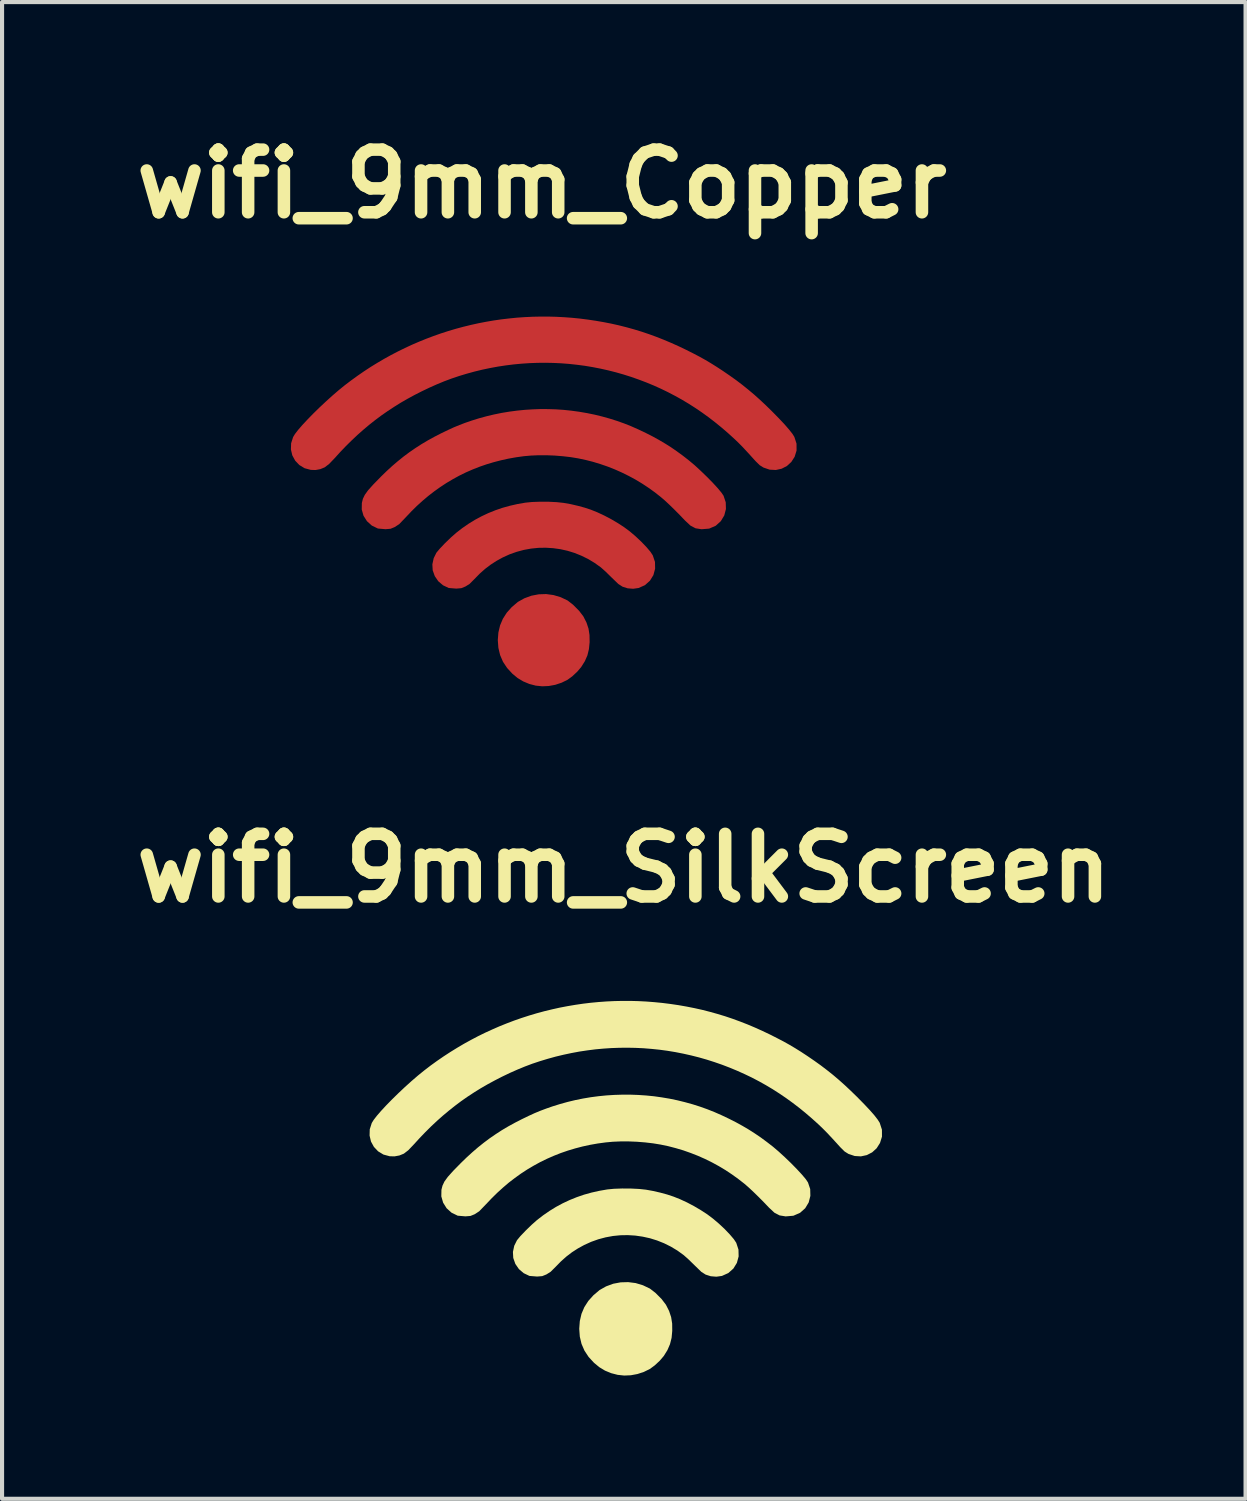
<source format=kicad_pcb>
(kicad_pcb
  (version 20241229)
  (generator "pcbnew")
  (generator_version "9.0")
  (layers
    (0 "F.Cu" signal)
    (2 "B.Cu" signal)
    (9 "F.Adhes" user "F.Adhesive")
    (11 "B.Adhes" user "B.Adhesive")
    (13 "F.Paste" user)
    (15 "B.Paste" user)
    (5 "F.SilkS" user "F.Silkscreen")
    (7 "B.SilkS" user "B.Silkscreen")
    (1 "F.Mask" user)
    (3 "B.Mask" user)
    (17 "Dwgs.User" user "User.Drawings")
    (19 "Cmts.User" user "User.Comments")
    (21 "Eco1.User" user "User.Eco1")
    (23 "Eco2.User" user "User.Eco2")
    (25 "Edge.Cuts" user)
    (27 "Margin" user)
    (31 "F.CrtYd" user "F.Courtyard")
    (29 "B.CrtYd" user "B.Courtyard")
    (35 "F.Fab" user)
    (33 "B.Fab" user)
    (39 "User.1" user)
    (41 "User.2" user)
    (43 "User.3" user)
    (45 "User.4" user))
  (footprint "wifi_9mm_Copper"
    (layer "F.Cu")
    (at 10.138 9.08)
    (property "Reference" "wifi_9mm_Copper" (at 0 -7.653 0) (layer "F.SilkS") (effects (font (size 1.524 1.524) (thickness 0.305))))
    (attr exclude_from_pos_files exclude_from_bom)
    (fp_poly (pts (xy -0.147 4.559) (xy -0.304 4.518) (xy -0.452 4.456) (xy -0.589 4.374) (xy -0.716 4.269) (xy -0.845 4.129) (xy -0.945 3.978) (xy -1.015 3.815) (xy -1.057 3.64) (xy -1.071 3.452) (xy -1.057 3.266) (xy -1.016 3.093) (xy -0.948 2.932) (xy -0.853 2.783) (xy -0.73 2.646) (xy -0.581 2.52) (xy -0.425 2.433) (xy -0.253 2.37) (xy -0.075 2.336) (xy 0.105 2.33) (xy 0.284 2.354) (xy 0.459 2.406) (xy 0.627 2.486) (xy 0.761 2.59) (xy 0.907 2.737) (xy 1.011 2.873) (xy 1.088 3.024) (xy 1.137 3.172) (xy 1.161 3.327) (xy 1.164 3.501) (xy 1.147 3.67) (xy 1.11 3.822) (xy 1.048 3.964) (xy 0.959 4.106) (xy 0.863 4.219) (xy 0.741 4.333) (xy 0.626 4.417) (xy 0.481 4.488) (xy 0.327 4.539) (xy 0.169 4.568) (xy 0.01 4.575) (xy -0.147 4.559)) (stroke (width 0) (type solid)) (fill yes) (layer "F.Cu"))
    (fp_poly (pts (xy -2.267 2.182) (xy -2.405 2.116) (xy -2.52 2.018) (xy -2.605 1.894) (xy -2.656 1.751) (xy -2.664 1.606) (xy -2.632 1.458) (xy -2.566 1.324) (xy -2.485 1.227) (xy -2.359 1.094) (xy -2.216 0.956) (xy -2.086 0.841) (xy -1.938 0.726) (xy -1.785 0.62) (xy -1.629 0.524) (xy -1.467 0.437) (xy -1.301 0.359) (xy -1.13 0.29) (xy -0.955 0.23) (xy -0.774 0.18) (xy -0.589 0.138) (xy -0.398 0.105) (xy -0.236 0.089) (xy -0.04 0.082) (xy 0.169 0.083) (xy 0.367 0.093) (xy 0.532 0.111) (xy 0.702 0.141) (xy 0.874 0.181) (xy 1.041 0.226) (xy 1.193 0.276) (xy 1.354 0.341) (xy 1.521 0.419) (xy 1.69 0.508) (xy 1.853 0.604) (xy 2.006 0.704) (xy 2.142 0.805) (xy 2.284 0.926) (xy 2.422 1.056) (xy 2.545 1.184) (xy 2.642 1.298) (xy 2.701 1.387) (xy 2.755 1.549) (xy 2.758 1.713) (xy 2.716 1.869) (xy 2.632 2.005) (xy 2.511 2.113) (xy 2.357 2.182) (xy 2.224 2.201) (xy 2.089 2.19) (xy 1.966 2.151) (xy 1.862 2.084) (xy 1.702 1.93) (xy 1.552 1.783) (xy 1.438 1.681) (xy 1.287 1.573) (xy 1.13 1.478) (xy 0.967 1.398) (xy 0.799 1.33) (xy 0.628 1.277) (xy 0.453 1.238) (xy 0.275 1.213) (xy 0.097 1.202) (xy -0.082 1.205) (xy -0.26 1.223) (xy -0.437 1.255) (xy -0.612 1.302) (xy -0.784 1.363) (xy -0.951 1.439) (xy -1.104 1.523) (xy -1.246 1.615) (xy -1.38 1.717) (xy -1.511 1.833) (xy -1.641 1.966) (xy -1.759 2.084) (xy -1.859 2.146) (xy -1.96 2.187) (xy -2.082 2.197) (xy -2.267 2.182)) (stroke (width 0) (type solid)) (fill yes) (layer "F.Cu"))
    (fp_poly (pts (xy -3.989 0.735) (xy -4.138 0.663) (xy -4.256 0.556) (xy -4.34 0.423) (xy -4.383 0.272) (xy -4.38 0.112) (xy -4.355 0.011) (xy -4.308 -0.086) (xy -4.228 -0.197) (xy -4.1 -0.339) (xy -3.914 -0.53) (xy -3.778 -0.662) (xy -3.642 -0.787) (xy -3.505 -0.904) (xy -3.366 -1.016) (xy -3.224 -1.122) (xy -3.079 -1.222) (xy -2.93 -1.318) (xy -2.775 -1.41) (xy -2.615 -1.498) (xy -2.448 -1.584) (xy -2.284 -1.663) (xy -2.14 -1.729) (xy -2.004 -1.785) (xy -1.865 -1.838) (xy -1.712 -1.891) (xy -1.532 -1.947) (xy -1.35 -1.997) (xy -1.165 -2.041) (xy -0.98 -2.079) (xy -0.792 -2.11) (xy -0.604 -2.135) (xy -0.415 -2.154) (xy -0.225 -2.166) (xy -0.035 -2.173) (xy 0.156 -2.172) (xy 0.346 -2.166) (xy 0.536 -2.153) (xy 0.725 -2.133) (xy 0.913 -2.107) (xy 1.1 -2.075) (xy 1.285 -2.037) (xy 1.469 -1.992) (xy 1.655 -1.94) (xy 1.832 -1.884) (xy 2.004 -1.823) (xy 2.175 -1.755) (xy 2.349 -1.678) (xy 2.532 -1.591) (xy 2.697 -1.507) (xy 2.853 -1.421) (xy 3.002 -1.333) (xy 3.148 -1.241) (xy 3.291 -1.142) (xy 3.435 -1.037) (xy 3.582 -0.922) (xy 3.718 -0.808) (xy 3.866 -0.672) (xy 4.015 -0.528) (xy 4.157 -0.384) (xy 4.279 -0.251) (xy 4.371 -0.141) (xy 4.424 -0.063) (xy 4.477 0.096) (xy 4.482 0.26) (xy 4.441 0.417) (xy 4.357 0.556) (xy 4.234 0.667) (xy 4.074 0.737) (xy 3.888 0.752) (xy 3.742 0.729) (xy 3.619 0.664) (xy 3.488 0.542) (xy 3.359 0.407) (xy 3.229 0.276) (xy 3.105 0.155) (xy 2.994 0.052) (xy 2.901 -0.028) (xy 2.753 -0.145) (xy 2.601 -0.254) (xy 2.444 -0.358) (xy 2.283 -0.455) (xy 2.119 -0.544) (xy 1.951 -0.627) (xy 1.78 -0.703) (xy 1.606 -0.772) (xy 1.429 -0.833) (xy 1.249 -0.888) (xy 1.068 -0.934) (xy 0.885 -0.973) (xy 0.703 -1.003) (xy 0.512 -1.025) (xy 0.314 -1.041) (xy 0.116 -1.049) (xy -0.078 -1.049) (xy -0.263 -1.041) (xy -0.435 -1.026) (xy -0.623 -1) (xy -0.808 -0.967) (xy -0.99 -0.927) (xy -1.168 -0.881) (xy -1.342 -0.829) (xy -1.513 -0.77) (xy -1.681 -0.704) (xy -1.846 -0.632) (xy -2.007 -0.553) (xy -2.164 -0.467) (xy -2.319 -0.375) (xy -2.47 -0.276) (xy -2.617 -0.171) (xy -2.762 -0.059) (xy -2.903 0.06) (xy -3.041 0.185) (xy -3.175 0.317) (xy -3.306 0.456) (xy -3.472 0.629) (xy -3.582 0.7) (xy -3.682 0.741) (xy -3.805 0.751) (xy -3.989 0.735)) (stroke (width 0) (type solid)) (fill yes) (layer "F.Cu"))
    (fp_poly (pts (xy -5.623 -0.693) (xy -5.774 -0.733) (xy -5.902 -0.811) (xy -6.003 -0.917) (xy -6.073 -1.046) (xy -6.107 -1.189) (xy -6.102 -1.34) (xy -6.054 -1.491) (xy -6.009 -1.565) (xy -5.933 -1.664) (xy -5.831 -1.782) (xy -5.708 -1.914) (xy -5.569 -2.057) (xy -5.418 -2.205) (xy -5.26 -2.353) (xy -5.1 -2.498) (xy -4.943 -2.633) (xy -4.793 -2.755) (xy -4.64 -2.871) (xy -4.484 -2.984) (xy -4.326 -3.093) (xy -4.166 -3.198) (xy -4.003 -3.298) (xy -3.838 -3.395) (xy -3.672 -3.487) (xy -3.503 -3.575) (xy -3.332 -3.659) (xy -3.16 -3.739) (xy -2.986 -3.814) (xy -2.81 -3.885) (xy -2.633 -3.952) (xy -2.454 -4.015) (xy -2.274 -4.073) (xy -2.092 -4.127) (xy -1.91 -4.176) (xy -1.726 -4.221) (xy -1.541 -4.262) (xy -1.355 -4.298) (xy -1.168 -4.33) (xy -0.981 -4.357) (xy -0.792 -4.379) (xy -0.603 -4.398) (xy -0.414 -4.411) (xy -0.224 -4.42) (xy -0.033 -4.424) (xy 0.158 -4.424) (xy 0.349 -4.419) (xy 0.54 -4.409) (xy 0.731 -4.395) (xy 0.922 -4.376) (xy 1.119 -4.351) (xy 1.313 -4.322) (xy 1.504 -4.289) (xy 1.693 -4.252) (xy 1.88 -4.21) (xy 2.065 -4.163) (xy 2.249 -4.112) (xy 2.432 -4.056) (xy 2.613 -3.995) (xy 2.793 -3.929) (xy 2.973 -3.858) (xy 3.153 -3.782) (xy 3.333 -3.701) (xy 3.513 -3.615) (xy 3.684 -3.529) (xy 3.837 -3.449) (xy 3.979 -3.37) (xy 4.117 -3.288) (xy 4.259 -3.199) (xy 4.412 -3.099) (xy 4.575 -2.987) (xy 4.731 -2.876) (xy 4.88 -2.763) (xy 5.025 -2.646) (xy 5.168 -2.526) (xy 5.31 -2.399) (xy 5.454 -2.264) (xy 5.601 -2.12) (xy 5.772 -1.946) (xy 5.912 -1.797) (xy 6.021 -1.671) (xy 6.1 -1.571) (xy 6.147 -1.496) (xy 6.2 -1.331) (xy 6.201 -1.163) (xy 6.154 -1.011) (xy 6.073 -0.885) (xy 5.966 -0.787) (xy 5.838 -0.721) (xy 5.696 -0.69) (xy 5.546 -0.698) (xy 5.396 -0.749) (xy 5.303 -0.807) (xy 5.201 -0.908) (xy 5.013 -1.115) (xy 4.88 -1.258) (xy 4.774 -1.365) (xy 4.668 -1.465) (xy 4.518 -1.601) (xy 4.366 -1.731) (xy 4.212 -1.856) (xy 4.056 -1.976) (xy 3.898 -2.09) (xy 3.738 -2.199) (xy 3.575 -2.303) (xy 3.41 -2.402) (xy 3.242 -2.495) (xy 3.072 -2.584) (xy 2.899 -2.668) (xy 2.723 -2.747) (xy 2.544 -2.821) (xy 2.362 -2.89) (xy 2.177 -2.955) (xy 1.991 -3.014) (xy 1.805 -3.067) (xy 1.617 -3.115) (xy 1.429 -3.157) (xy 1.239 -3.194) (xy 1.048 -3.226) (xy 0.857 -3.251) (xy 0.665 -3.272) (xy 0.473 -3.287) (xy 0.281 -3.296) (xy 0.088 -3.3) (xy -0.105 -3.298) (xy -0.298 -3.291) (xy -0.491 -3.278) (xy -0.683 -3.26) (xy -0.875 -3.236) (xy -1.067 -3.207) (xy -1.257 -3.172) (xy -1.448 -3.132) (xy -1.637 -3.086) (xy -1.83 -3.033) (xy -2.015 -2.977) (xy -2.196 -2.916) (xy -2.375 -2.849) (xy -2.554 -2.775) (xy -2.736 -2.694) (xy -2.926 -2.603) (xy -3.099 -2.515) (xy -3.268 -2.423) (xy -3.433 -2.328) (xy -3.593 -2.228) (xy -3.75 -2.125) (xy -3.904 -2.018) (xy -4.054 -1.906) (xy -4.201 -1.79) (xy -4.346 -1.668) (xy -4.488 -1.542) (xy -4.628 -1.41) (xy -4.767 -1.273) (xy -4.904 -1.13) (xy -5.039 -0.981) (xy -5.176 -0.838) (xy -5.284 -0.755) (xy -5.39 -0.711) (xy -5.508 -0.689) (xy -5.623 -0.693)) (stroke (width 0) (type solid)) (fill yes) (layer "F.Cu")))
  (footprint "wifi_9mm_SilkScreen"
    (layer "F.Cu")
    (at 12.134 25.796)
    (property "Reference" "wifi_9mm_SilkScreen" (at 0 -7.715 0) (layer "F.SilkS") (effects (font (size 1.524 1.524) (thickness 0.305))))
    (attr exclude_from_pos_files exclude_from_bom)
    (fp_poly (pts (xy -0.149 4.619) (xy -0.308 4.578) (xy -0.458 4.516) (xy -0.597 4.432) (xy -0.725 4.326) (xy -0.856 4.184) (xy -0.957 4.031) (xy -1.029 3.866) (xy -1.071 3.689) (xy -1.085 3.498) (xy -1.071 3.31) (xy -1.03 3.134) (xy -0.961 2.971) (xy -0.864 2.82) (xy -0.739 2.681) (xy -0.589 2.554) (xy -0.431 2.465) (xy -0.257 2.401) (xy -0.076 2.367) (xy 0.106 2.362) (xy 0.288 2.385) (xy 0.465 2.438) (xy 0.635 2.519) (xy 0.771 2.624) (xy 0.919 2.773) (xy 1.025 2.912) (xy 1.102 3.064) (xy 1.152 3.214) (xy 1.177 3.371) (xy 1.179 3.548) (xy 1.163 3.719) (xy 1.124 3.873) (xy 1.062 4.017) (xy 0.972 4.161) (xy 0.875 4.275) (xy 0.751 4.39) (xy 0.634 4.476) (xy 0.487 4.548) (xy 0.332 4.599) (xy 0.171 4.629) (xy 0.01 4.636) (xy -0.149 4.619)) (stroke (width 0) (type solid)) (fill yes) (layer "F.SilkS"))
    (fp_poly (pts (xy -2.297 2.211) (xy -2.437 2.144) (xy -2.553 2.045) (xy -2.64 1.919) (xy -2.691 1.774) (xy -2.699 1.627) (xy -2.667 1.477) (xy -2.6 1.342) (xy -2.518 1.243) (xy -2.39 1.109) (xy -2.245 0.968) (xy -2.114 0.852) (xy -1.964 0.736) (xy -1.809 0.629) (xy -1.65 0.531) (xy -1.487 0.443) (xy -1.318 0.364) (xy -1.145 0.294) (xy -0.968 0.233) (xy -0.785 0.182) (xy -0.597 0.14) (xy -0.403 0.106) (xy -0.24 0.09) (xy -0.04 0.083) (xy 0.171 0.084) (xy 0.372 0.094) (xy 0.54 0.112) (xy 0.711 0.143) (xy 0.886 0.183) (xy 1.055 0.229) (xy 1.209 0.28) (xy 1.372 0.345) (xy 1.542 0.424) (xy 1.712 0.514) (xy 1.878 0.612) (xy 2.033 0.713) (xy 2.17 0.816) (xy 2.314 0.938) (xy 2.455 1.07) (xy 2.579 1.2) (xy 2.677 1.315) (xy 2.737 1.405) (xy 2.791 1.57) (xy 2.795 1.736) (xy 2.752 1.894) (xy 2.667 2.032) (xy 2.544 2.141) (xy 2.389 2.211) (xy 2.254 2.23) (xy 2.117 2.219) (xy 1.992 2.179) (xy 1.887 2.112) (xy 1.725 1.955) (xy 1.572 1.806) (xy 1.457 1.704) (xy 1.305 1.594) (xy 1.145 1.498) (xy 0.98 1.416) (xy 0.81 1.348) (xy 0.636 1.294) (xy 0.459 1.255) (xy 0.279 1.229) (xy 0.098 1.218) (xy -0.083 1.221) (xy -0.264 1.239) (xy -0.443 1.272) (xy -0.62 1.319) (xy -0.794 1.381) (xy -0.964 1.458) (xy -1.119 1.543) (xy -1.263 1.636) (xy -1.399 1.74) (xy -1.531 1.858) (xy -1.662 1.992) (xy -1.782 2.111) (xy -1.884 2.175) (xy -1.986 2.216) (xy -2.11 2.226) (xy -2.297 2.211)) (stroke (width 0) (type solid)) (fill yes) (layer "F.SilkS"))
    (fp_poly (pts (xy -4.043 0.745) (xy -4.193 0.672) (xy -4.313 0.564) (xy -4.398 0.428) (xy -4.442 0.275) (xy -4.439 0.113) (xy -4.413 0.012) (xy -4.366 -0.087) (xy -4.284 -0.2) (xy -4.155 -0.344) (xy -3.966 -0.537) (xy -3.828 -0.671) (xy -3.69 -0.797) (xy -3.551 -0.917) (xy -3.411 -1.029) (xy -3.267 -1.137) (xy -3.12 -1.238) (xy -2.969 -1.336) (xy -2.812 -1.429) (xy -2.65 -1.518) (xy -2.48 -1.605) (xy -2.315 -1.685) (xy -2.169 -1.752) (xy -2.031 -1.809) (xy -1.89 -1.862) (xy -1.735 -1.916) (xy -1.552 -1.973) (xy -1.368 -2.024) (xy -1.181 -2.069) (xy -0.993 -2.107) (xy -0.803 -2.139) (xy -0.612 -2.164) (xy -0.42 -2.183) (xy -0.228 -2.195) (xy -0.035 -2.201) (xy 0.158 -2.201) (xy 0.351 -2.194) (xy 0.543 -2.181) (xy 0.735 -2.162) (xy 0.925 -2.135) (xy 1.115 -2.103) (xy 1.303 -2.064) (xy 1.489 -2.018) (xy 1.677 -1.966) (xy 1.856 -1.909) (xy 2.03 -1.847) (xy 2.204 -1.778) (xy 2.381 -1.7) (xy 2.566 -1.612) (xy 2.733 -1.527) (xy 2.891 -1.44) (xy 3.042 -1.351) (xy 3.189 -1.257) (xy 3.335 -1.158) (xy 3.481 -1.05) (xy 3.63 -0.935) (xy 3.767 -0.818) (xy 3.917 -0.681) (xy 4.069 -0.535) (xy 4.212 -0.389) (xy 4.336 -0.255) (xy 4.43 -0.143) (xy 4.483 -0.064) (xy 4.537 0.097) (xy 4.541 0.263) (xy 4.5 0.423) (xy 4.415 0.564) (xy 4.29 0.675) (xy 4.128 0.746) (xy 3.94 0.762) (xy 3.792 0.738) (xy 3.667 0.673) (xy 3.534 0.549) (xy 3.404 0.413) (xy 3.272 0.28) (xy 3.147 0.158) (xy 3.034 0.053) (xy 2.94 -0.029) (xy 2.79 -0.146) (xy 2.635 -0.258) (xy 2.477 -0.363) (xy 2.314 -0.461) (xy 2.147 -0.552) (xy 1.977 -0.636) (xy 1.803 -0.713) (xy 1.627 -0.782) (xy 1.448 -0.845) (xy 1.266 -0.899) (xy 1.082 -0.947) (xy 0.896 -0.986) (xy 0.713 -1.016) (xy 0.518 -1.039) (xy 0.318 -1.055) (xy 0.118 -1.063) (xy -0.079 -1.063) (xy -0.267 -1.055) (xy -0.44 -1.039) (xy -0.631 -1.013) (xy -0.819 -0.98) (xy -1.003 -0.94) (xy -1.183 -0.893) (xy -1.36 -0.84) (xy -1.534 -0.78) (xy -1.704 -0.713) (xy -1.87 -0.64) (xy -2.034 -0.56) (xy -2.193 -0.473) (xy -2.35 -0.38) (xy -2.503 -0.28) (xy -2.652 -0.173) (xy -2.799 -0.06) (xy -2.941 0.061) (xy -3.081 0.188) (xy -3.217 0.322) (xy -3.35 0.462) (xy -3.519 0.637) (xy -3.629 0.709) (xy -3.732 0.751) (xy -3.855 0.761) (xy -4.043 0.745)) (stroke (width 0) (type solid)) (fill yes) (layer "F.SilkS"))
    (fp_poly (pts (xy -5.698 -0.702) (xy -5.851 -0.743) (xy -5.981 -0.822) (xy -6.083 -0.93) (xy -6.154 -1.06) (xy -6.188 -1.205) (xy -6.184 -1.358) (xy -6.135 -1.511) (xy -6.089 -1.586) (xy -6.012 -1.686) (xy -5.909 -1.805) (xy -5.784 -1.94) (xy -5.643 -2.084) (xy -5.49 -2.234) (xy -5.33 -2.385) (xy -5.168 -2.531) (xy -5.009 -2.668) (xy -4.857 -2.791) (xy -4.702 -2.91) (xy -4.544 -3.024) (xy -4.384 -3.134) (xy -4.221 -3.24) (xy -4.056 -3.342) (xy -3.89 -3.44) (xy -3.721 -3.533) (xy -3.55 -3.623) (xy -3.377 -3.708) (xy -3.202 -3.788) (xy -3.026 -3.865) (xy -2.847 -3.937) (xy -2.668 -4.005) (xy -2.487 -4.068) (xy -2.304 -4.127) (xy -2.12 -4.182) (xy -1.935 -4.232) (xy -1.749 -4.277) (xy -1.561 -4.319) (xy -1.373 -4.355) (xy -1.184 -4.387) (xy -0.994 -4.415) (xy -0.803 -4.438) (xy -0.611 -4.456) (xy -0.419 -4.47) (xy -0.227 -4.479) (xy -0.034 -4.483) (xy 0.16 -4.483) (xy 0.353 -4.478) (xy 0.547 -4.468) (xy 0.741 -4.453) (xy 0.935 -4.434) (xy 1.134 -4.409) (xy 1.33 -4.38) (xy 1.524 -4.346) (xy 1.716 -4.308) (xy 1.905 -4.266) (xy 2.093 -4.218) (xy 2.279 -4.166) (xy 2.464 -4.11) (xy 2.648 -4.048) (xy 2.831 -3.981) (xy 3.013 -3.91) (xy 3.195 -3.833) (xy 3.377 -3.751) (xy 3.56 -3.664) (xy 3.733 -3.576) (xy 3.889 -3.495) (xy 4.032 -3.415) (xy 4.172 -3.332) (xy 4.316 -3.242) (xy 4.471 -3.14) (xy 4.636 -3.027) (xy 4.794 -2.914) (xy 4.945 -2.799) (xy 5.092 -2.682) (xy 5.237 -2.559) (xy 5.381 -2.43) (xy 5.526 -2.294) (xy 5.676 -2.148) (xy 5.849 -1.972) (xy 5.991 -1.821) (xy 6.102 -1.694) (xy 6.181 -1.592) (xy 6.229 -1.516) (xy 6.283 -1.349) (xy 6.284 -1.179) (xy 6.236 -1.025) (xy 6.154 -0.896) (xy 6.045 -0.797) (xy 5.915 -0.73) (xy 5.771 -0.699) (xy 5.62 -0.708) (xy 5.468 -0.759) (xy 5.374 -0.818) (xy 5.271 -0.92) (xy 5.08 -1.13) (xy 4.945 -1.274) (xy 4.837 -1.383) (xy 4.73 -1.485) (xy 4.578 -1.622) (xy 4.424 -1.754) (xy 4.268 -1.881) (xy 4.11 -2.002) (xy 3.95 -2.118) (xy 3.788 -2.228) (xy 3.623 -2.334) (xy 3.455 -2.434) (xy 3.285 -2.529) (xy 3.113 -2.619) (xy 2.937 -2.703) (xy 2.759 -2.783) (xy 2.578 -2.858) (xy 2.393 -2.929) (xy 2.206 -2.994) (xy 2.018 -3.054) (xy 1.829 -3.108) (xy 1.639 -3.156) (xy 1.448 -3.199) (xy 1.255 -3.237) (xy 1.062 -3.269) (xy 0.869 -3.295) (xy 0.674 -3.315) (xy 0.479 -3.331) (xy 0.284 -3.34) (xy 0.089 -3.344) (xy -0.107 -3.342) (xy -0.302 -3.335) (xy -0.497 -3.322) (xy -0.692 -3.304) (xy -0.887 -3.279) (xy -1.081 -3.25) (xy -1.274 -3.214) (xy -1.467 -3.173) (xy -1.659 -3.127) (xy -1.854 -3.073) (xy -2.042 -3.016) (xy -2.225 -2.955) (xy -2.406 -2.887) (xy -2.588 -2.812) (xy -2.773 -2.73) (xy -2.965 -2.638) (xy -3.14 -2.548) (xy -3.312 -2.455) (xy -3.478 -2.359) (xy -3.641 -2.258) (xy -3.8 -2.154) (xy -3.956 -2.045) (xy -4.108 -1.931) (xy -4.257 -1.813) (xy -4.404 -1.69) (xy -4.548 -1.562) (xy -4.69 -1.429) (xy -4.83 -1.29) (xy -4.969 -1.145) (xy -5.107 -0.994) (xy -5.245 -0.849) (xy -5.354 -0.765) (xy -5.462 -0.721) (xy -5.581 -0.699) (xy -5.698 -0.702)) (stroke (width 0) (type solid)) (fill yes) (layer "F.SilkS")))
  (gr_rect
    (start -3 -3)
    (end 27.268 33.432)
    (stroke (width 0.1) (type default))
    (fill no)
    (layer "Edge.Cuts")))
</source>
